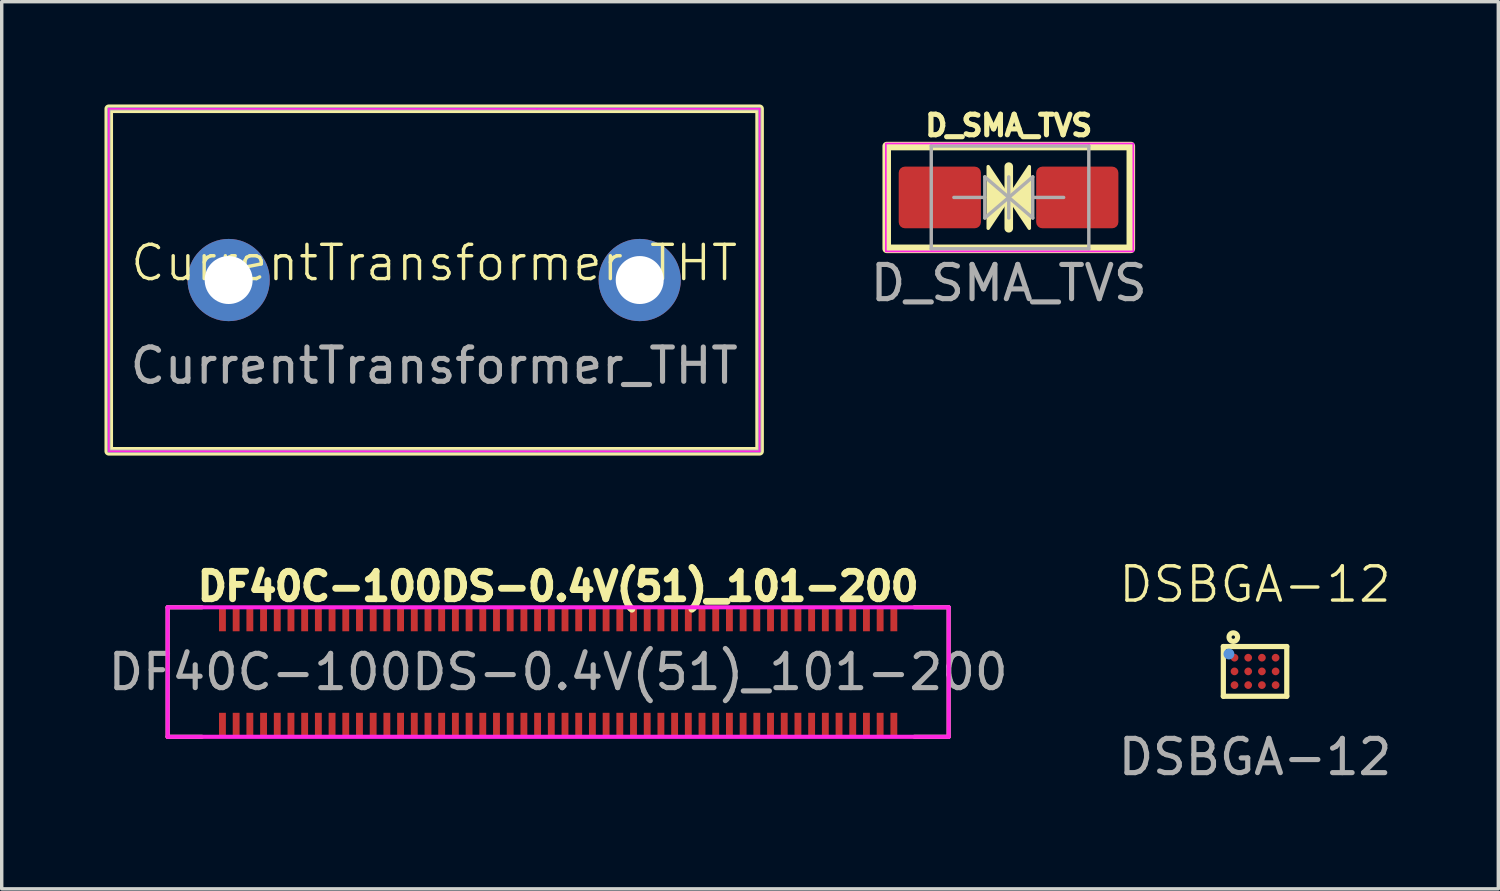
<source format=kicad_pcb>
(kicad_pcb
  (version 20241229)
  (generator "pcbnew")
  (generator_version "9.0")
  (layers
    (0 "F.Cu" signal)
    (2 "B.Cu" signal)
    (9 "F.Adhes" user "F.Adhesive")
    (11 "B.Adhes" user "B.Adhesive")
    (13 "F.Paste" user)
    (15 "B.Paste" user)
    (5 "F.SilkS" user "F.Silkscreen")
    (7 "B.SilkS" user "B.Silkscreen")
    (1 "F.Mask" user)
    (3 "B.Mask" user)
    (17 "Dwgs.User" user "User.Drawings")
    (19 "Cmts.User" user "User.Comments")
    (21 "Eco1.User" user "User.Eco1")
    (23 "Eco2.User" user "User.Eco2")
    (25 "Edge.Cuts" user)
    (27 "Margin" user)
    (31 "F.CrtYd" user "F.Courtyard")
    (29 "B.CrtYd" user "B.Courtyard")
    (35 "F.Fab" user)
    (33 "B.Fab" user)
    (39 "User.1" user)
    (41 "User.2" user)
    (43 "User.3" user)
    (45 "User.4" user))
  (footprint "CurrentTransformer_THT"
    (layer "F.Cu")
    (at 9.625 5.125)
    (property "Reference" "CurrentTransformer_THT" (at 0 -0.5 0) (unlocked yes) (layer "F.SilkS") (effects (font (size 1 1) (thickness 0.1))))
    (attr smd)
    (fp_rect (start -9.5 -5) (end 9.5 5) (stroke (width 0.25) (type default)) (fill no) (layer "F.SilkS"))
    (fp_line (start -9.5 -5) (end 3 -5) (stroke (width 0.05) (type default)) (layer "F.CrtYd"))
    (fp_line (start -9.5 5) (end -9.5 -5) (stroke (width 0.05) (type default)) (layer "F.CrtYd"))
    (fp_line (start 3 -5) (end 9.5 -5) (stroke (width 0.05) (type default)) (layer "F.CrtYd"))
    (fp_line (start 3 5) (end -9.5 5) (stroke (width 0.05) (type default)) (layer "F.CrtYd"))
    (fp_line (start 9.5 -5) (end 9.5 5) (stroke (width 0.05) (type default)) (layer "F.CrtYd"))
    (fp_line (start 9.5 5) (end 3 5) (stroke (width 0.05) (type default)) (layer "F.CrtYd"))
    (fp_rect (start -9.5 -5) (end 9.5 5) (stroke (width 0.1) (type default)) (fill no) (layer "F.Fab"))
    (fp_text user "${REFERENCE}" (at 0 2.5 0) (unlocked yes) (layer "F.Fab") (effects (font (size 1 1) (thickness 0.15))))
    (pad "1" thru_hole circle (at -6 0) (size 2.4 2.4) (drill 1.4) (layers "*.Cu" "*.Mask"))
    (pad "2" thru_hole circle (at 6 0) (size 2.4 2.4) (drill 1.4) (layers "*.Cu" "*.Mask")))
  (footprint "DSBGA-12"
    (layer "F.Cu")
    (at 33.589 16.55)
    (property "Reference" "DSBGA-12" (at 0 -2.54 0) (unlocked yes) (layer "F.SilkS") (effects (font (size 1 1) (thickness 0.1))))
    (attr smd)
    (fp_line (start -0.926 -0.726) (end 0.926 -0.726) (stroke (width 0.152) (type solid)) (layer "F.SilkS"))
    (fp_line (start -0.926 0.726) (end -0.926 -0.726) (stroke (width 0.152) (type solid)) (layer "F.SilkS"))
    (fp_line (start 0.926 -0.726) (end 0.926 0.726) (stroke (width 0.152) (type solid)) (layer "F.SilkS"))
    (fp_line (start 0.926 0.726) (end -0.926 0.726) (stroke (width 0.152) (type solid)) (layer "F.SilkS"))
    (fp_circle (center -0.635 -1) (end -0.585 -1) (stroke (width 0.15) (type solid)) (fill no) (layer "F.SilkS"))
    (fp_circle (center -0.762 -0.508) (end -0.682 -0.508) (stroke (width 0.16) (type solid)) (fill no) (layer "Cmts.User"))
    (fp_text user "${REFERENCE}" (at 0 2.5 0) (unlocked yes) (layer "F.Fab") (effects (font (size 1 1) (thickness 0.15))))
    (pad "A1" smd circle (at -0.6 -0.4) (size 0.225 0.225) (layers "F.Cu" "F.Mask" "F.Paste"))
    (pad "A2" smd circle (at -0.2 -0.4) (size 0.225 0.225) (layers "F.Cu" "F.Mask" "F.Paste"))
    (pad "A3" smd circle (at 0.2 -0.4) (size 0.225 0.225) (layers "F.Cu" "F.Mask" "F.Paste"))
    (pad "A4" smd circle (at 0.6 -0.4) (size 0.225 0.225) (layers "F.Cu" "F.Mask" "F.Paste"))
    (pad "B1" smd circle (at -0.6 0) (size 0.225 0.225) (layers "F.Cu" "F.Mask" "F.Paste"))
    (pad "B2" smd circle (at -0.2 0) (size 0.225 0.225) (layers "F.Cu" "F.Mask" "F.Paste"))
    (pad "B3" smd circle (at 0.2 0) (size 0.225 0.225) (layers "F.Cu" "F.Mask" "F.Paste"))
    (pad "B4" smd circle (at 0.6 0) (size 0.225 0.225) (layers "F.Cu" "F.Mask" "F.Paste"))
    (pad "C1" smd circle (at -0.6 0.4) (size 0.225 0.225) (layers "F.Cu" "F.Mask" "F.Paste"))
    (pad "C2" smd circle (at -0.2 0.4) (size 0.225 0.225) (layers "F.Cu" "F.Mask" "F.Paste"))
    (pad "C3" smd circle (at 0.2 0.4) (size 0.225 0.225) (layers "F.Cu" "F.Mask" "F.Paste"))
    (pad "C4" smd circle (at 0.6 0.4) (size 0.225 0.225) (layers "F.Cu" "F.Mask" "F.Paste")))
  (footprint "D_SMA_TVS"
    (layer "F.Cu")
    (at 26.399 2.714)
    (property "Reference" "D_SMA_TVS" (at 0 -2.1 0) (unlocked yes) (layer "F.SilkS") (effects (font (size 0.6 0.6) (thickness 0.15) (bold yes))))
    (attr smd)
    (fp_line (start 0 0.9) (end 0 -0.9) (stroke (width 0.25) (type default)) (layer "F.SilkS"))
    (fp_rect (start -3.563 -1.5) (end 3.563 1.5) (stroke (width 0.25) (type default)) (fill no) (layer "F.SilkS"))
    (fp_poly (pts (xy 0 0) (xy -0.6 -0.9) (xy -0.6 0.9)) (stroke (width 0.1) (type solid)) (fill yes) (layer "F.SilkS"))
    (fp_poly (pts (xy 0 0) (xy 0.6 -0.9) (xy 0.6 0.9)) (stroke (width 0.1) (type solid)) (fill yes) (layer "F.SilkS"))
    (fp_rect (start -3.588 -1.575) (end 3.637 1.575) (stroke (width 0.05) (type default)) (fill no) (layer "F.CrtYd"))
    (fp_line (start -2.263 1.499) (end -2.263 -1.501) (stroke (width 0.1) (type solid)) (layer "F.Fab"))
    (fp_line (start -0.7 -0.6) (end -0.7 0.6) (stroke (width 0.1) (type default)) (layer "F.Fab"))
    (fp_line (start -0.7 0) (end -1.602 0) (stroke (width 0.1) (type solid)) (layer "F.Fab"))
    (fp_line (start -0.7 0.6) (end 0 0) (stroke (width 0.1) (type default)) (layer "F.Fab"))
    (fp_line (start 0 -0.6) (end 0 0.6) (stroke (width 0.1) (type default)) (layer "F.Fab"))
    (fp_line (start 0 0) (end -0.7 -0.6) (stroke (width 0.1) (type default)) (layer "F.Fab"))
    (fp_line (start 0 0) (end 0.7 -0.6) (stroke (width 0.1) (type default)) (layer "F.Fab"))
    (fp_line (start 0.7 -0.6) (end 0.7 0.6) (stroke (width 0.1) (type default)) (layer "F.Fab"))
    (fp_line (start 0.7 0) (end 1.602 0) (stroke (width 0.1) (type solid)) (layer "F.Fab"))
    (fp_line (start 0.7 0.6) (end 0 0) (stroke (width 0.1) (type default)) (layer "F.Fab"))
    (fp_line (start 2.337 -1.501) (end -2.263 -1.501) (stroke (width 0.1) (type solid)) (layer "F.Fab"))
    (fp_line (start 2.337 -1.501) (end 2.337 1.499) (stroke (width 0.1) (type solid)) (layer "F.Fab"))
    (fp_line (start 2.337 1.499) (end -2.263 1.499) (stroke (width 0.1) (type solid)) (layer "F.Fab"))
    (fp_text user "${REFERENCE}" (at 0 2.5 0) (unlocked yes) (layer "F.Fab") (effects (font (size 1 1) (thickness 0.15))))
    (pad "1" smd roundrect (at -2.013 0) (size 2.4 1.8) (layers "F.Cu" "F.Mask" "F.Paste") (roundrect_rratio 0.1))
    (pad "2" smd roundrect (at 2 0) (size 2.4 1.8) (layers "F.Cu" "F.Mask" "F.Paste") (roundrect_rratio 0.1)))
  (footprint "DF40C-100DS-0.4V(51)_101-200"
    (layer "F.Cu")
    (at 13.244 16.569)
    (property "Reference" "DF40C-100DS-0.4V(51)_101-200" (at 0 -2.5 0) (unlocked yes) (layer "F.SilkS") (effects (font (size 0.8 0.8) (thickness 0.2) (bold yes))))
    (attr smd)
    (fp_line (start -11.4 -1.89) (end -10.4 -1.89) (stroke (width 0.12) (type solid)) (layer "F.SilkS"))
    (fp_line (start -11.4 1.89) (end -11.4 -1.89) (stroke (width 0.12) (type solid)) (layer "F.SilkS"))
    (fp_line (start -11.4 1.89) (end -10.4 1.89) (stroke (width 0.12) (type solid)) (layer "F.SilkS"))
    (fp_line (start 11.4 -1.89) (end 10.4 -1.89) (stroke (width 0.12) (type solid)) (layer "F.SilkS"))
    (fp_line (start 11.4 1.89) (end 10.4 1.89) (stroke (width 0.12) (type solid)) (layer "F.SilkS"))
    (fp_line (start 11.4 1.89) (end 11.4 -1.89) (stroke (width 0.12) (type solid)) (layer "F.SilkS"))
    (fp_line (start -11.4 -1.89) (end 11.4 -1.89) (stroke (width 0.12) (type solid)) (layer "F.CrtYd"))
    (fp_line (start -11.4 1.89) (end -11.4 -1.89) (stroke (width 0.12) (type solid)) (layer "F.CrtYd"))
    (fp_line (start 11.4 -1.89) (end 11.4 1.89) (stroke (width 0.12) (type solid)) (layer "F.CrtYd"))
    (fp_line (start 11.4 1.89) (end -11.4 1.89) (stroke (width 0.12) (type solid)) (layer "F.CrtYd"))
    (fp_text user "${REFERENCE}" (at 0 0 0) (unlocked yes) (layer "F.Fab") (effects (font (size 1 1) (thickness 0.15))))
    (pad "101" smd rect (at -9.8 1.54 180) (size 0.2 0.7) (layers "F.Cu" "F.Mask" "F.Paste"))
    (pad "102" smd rect (at -9.8 -1.54 180) (size 0.2 0.7) (layers "F.Cu" "F.Mask" "F.Paste"))
    (pad "103" smd rect (at -9.4 1.54 180) (size 0.2 0.7) (layers "F.Cu" "F.Mask" "F.Paste"))
    (pad "104" smd rect (at -9.4 -1.54 180) (size 0.2 0.7) (layers "F.Cu" "F.Mask" "F.Paste"))
    (pad "105" smd rect (at -9 1.54 180) (size 0.2 0.7) (layers "F.Cu" "F.Mask" "F.Paste"))
    (pad "106" smd rect (at -9 -1.54 180) (size 0.2 0.7) (layers "F.Cu" "F.Mask" "F.Paste"))
    (pad "107" smd rect (at -8.6 1.54 180) (size 0.2 0.7) (layers "F.Cu" "F.Mask" "F.Paste"))
    (pad "108" smd rect (at -8.6 -1.54 180) (size 0.2 0.7) (layers "F.Cu" "F.Mask" "F.Paste"))
    (pad "109" smd rect (at -8.2 1.54 180) (size 0.2 0.7) (layers "F.Cu" "F.Mask" "F.Paste"))
    (pad "110" smd rect (at -8.2 -1.54 180) (size 0.2 0.7) (layers "F.Cu" "F.Mask" "F.Paste"))
    (pad "111" smd rect (at -7.8 1.54 180) (size 0.2 0.7) (layers "F.Cu" "F.Mask" "F.Paste"))
    (pad "112" smd rect (at -7.8 -1.54 180) (size 0.2 0.7) (layers "F.Cu" "F.Mask" "F.Paste"))
    (pad "113" smd rect (at -7.4 1.54 180) (size 0.2 0.7) (layers "F.Cu" "F.Mask" "F.Paste"))
    (pad "114" smd rect (at -7.4 -1.54 180) (size 0.2 0.7) (layers "F.Cu" "F.Mask" "F.Paste"))
    (pad "115" smd rect (at -7 1.54 180) (size 0.2 0.7) (layers "F.Cu" "F.Mask" "F.Paste"))
    (pad "116" smd rect (at -7 -1.54 180) (size 0.2 0.7) (layers "F.Cu" "F.Mask" "F.Paste"))
    (pad "117" smd rect (at -6.6 1.54 180) (size 0.2 0.7) (layers "F.Cu" "F.Mask" "F.Paste"))
    (pad "118" smd rect (at -6.6 -1.54 180) (size 0.2 0.7) (layers "F.Cu" "F.Mask" "F.Paste"))
    (pad "119" smd rect (at -6.2 1.54 180) (size 0.2 0.7) (layers "F.Cu" "F.Mask" "F.Paste"))
    (pad "120" smd rect (at -6.2 -1.54 180) (size 0.2 0.7) (layers "F.Cu" "F.Mask" "F.Paste"))
    (pad "121" smd rect (at -5.8 1.54 180) (size 0.2 0.7) (layers "F.Cu" "F.Mask" "F.Paste"))
    (pad "122" smd rect (at -5.8 -1.54 180) (size 0.2 0.7) (layers "F.Cu" "F.Mask" "F.Paste"))
    (pad "123" smd rect (at -5.4 1.54 180) (size 0.2 0.7) (layers "F.Cu" "F.Mask" "F.Paste"))
    (pad "124" smd rect (at -5.4 -1.54 180) (size 0.2 0.7) (layers "F.Cu" "F.Mask" "F.Paste"))
    (pad "125" smd rect (at -5 1.54 180) (size 0.2 0.7) (layers "F.Cu" "F.Mask" "F.Paste"))
    (pad "126" smd rect (at -5 -1.54 180) (size 0.2 0.7) (layers "F.Cu" "F.Mask" "F.Paste"))
    (pad "127" smd rect (at -4.6 1.54 180) (size 0.2 0.7) (layers "F.Cu" "F.Mask" "F.Paste"))
    (pad "128" smd rect (at -4.6 -1.54 180) (size 0.2 0.7) (layers "F.Cu" "F.Mask" "F.Paste"))
    (pad "129" smd rect (at -4.2 1.54 180) (size 0.2 0.7) (layers "F.Cu" "F.Mask" "F.Paste"))
    (pad "130" smd rect (at -4.2 -1.54 180) (size 0.2 0.7) (layers "F.Cu" "F.Mask" "F.Paste"))
    (pad "131" smd rect (at -3.8 1.54 180) (size 0.2 0.7) (layers "F.Cu" "F.Mask" "F.Paste"))
    (pad "132" smd rect (at -3.8 -1.54 180) (size 0.2 0.7) (layers "F.Cu" "F.Mask" "F.Paste"))
    (pad "133" smd rect (at -3.4 1.54 180) (size 0.2 0.7) (layers "F.Cu" "F.Mask" "F.Paste"))
    (pad "134" smd rect (at -3.4 -1.54 180) (size 0.2 0.7) (layers "F.Cu" "F.Mask" "F.Paste"))
    (pad "135" smd rect (at -3 1.54 180) (size 0.2 0.7) (layers "F.Cu" "F.Mask" "F.Paste"))
    (pad "136" smd rect (at -3 -1.54 180) (size 0.2 0.7) (layers "F.Cu" "F.Mask" "F.Paste"))
    (pad "137" smd rect (at -2.6 1.54 180) (size 0.2 0.7) (layers "F.Cu" "F.Mask" "F.Paste"))
    (pad "138" smd rect (at -2.6 -1.54 180) (size 0.2 0.7) (layers "F.Cu" "F.Mask" "F.Paste"))
    (pad "139" smd rect (at -2.2 1.54 180) (size 0.2 0.7) (layers "F.Cu" "F.Mask" "F.Paste"))
    (pad "140" smd rect (at -2.2 -1.54 180) (size 0.2 0.7) (layers "F.Cu" "F.Mask" "F.Paste"))
    (pad "141" smd rect (at -1.8 1.54 180) (size 0.2 0.7) (layers "F.Cu" "F.Mask" "F.Paste"))
    (pad "142" smd rect (at -1.8 -1.54 180) (size 0.2 0.7) (layers "F.Cu" "F.Mask" "F.Paste"))
    (pad "143" smd rect (at -1.4 1.54 180) (size 0.2 0.7) (layers "F.Cu" "F.Mask" "F.Paste"))
    (pad "144" smd rect (at -1.4 -1.54 180) (size 0.2 0.7) (layers "F.Cu" "F.Mask" "F.Paste"))
    (pad "145" smd rect (at -1 1.54 180) (size 0.2 0.7) (layers "F.Cu" "F.Mask" "F.Paste"))
    (pad "146" smd rect (at -1 -1.54 180) (size 0.2 0.7) (layers "F.Cu" "F.Mask" "F.Paste"))
    (pad "147" smd rect (at -0.6 1.54 180) (size 0.2 0.7) (layers "F.Cu" "F.Mask" "F.Paste"))
    (pad "148" smd rect (at -0.6 -1.54 180) (size 0.2 0.7) (layers "F.Cu" "F.Mask" "F.Paste"))
    (pad "149" smd rect (at -0.2 1.54 180) (size 0.2 0.7) (layers "F.Cu" "F.Mask" "F.Paste"))
    (pad "150" smd rect (at -0.2 -1.54 180) (size 0.2 0.7) (layers "F.Cu" "F.Mask" "F.Paste"))
    (pad "151" smd rect (at 0.2 1.54 180) (size 0.2 0.7) (layers "F.Cu" "F.Mask" "F.Paste"))
    (pad "152" smd rect (at 0.2 -1.54 180) (size 0.2 0.7) (layers "F.Cu" "F.Mask" "F.Paste"))
    (pad "153" smd rect (at 0.6 1.54 180) (size 0.2 0.7) (layers "F.Cu" "F.Mask" "F.Paste"))
    (pad "154" smd rect (at 0.6 -1.54 180) (size 0.2 0.7) (layers "F.Cu" "F.Mask" "F.Paste"))
    (pad "155" smd rect (at 1 1.54 180) (size 0.2 0.7) (layers "F.Cu" "F.Mask" "F.Paste"))
    (pad "156" smd rect (at 1 -1.54 180) (size 0.2 0.7) (layers "F.Cu" "F.Mask" "F.Paste"))
    (pad "157" smd rect (at 1.4 1.54 180) (size 0.2 0.7) (layers "F.Cu" "F.Mask" "F.Paste"))
    (pad "158" smd rect (at 1.4 -1.54 180) (size 0.2 0.7) (layers "F.Cu" "F.Mask" "F.Paste"))
    (pad "159" smd rect (at 1.8 1.54 180) (size 0.2 0.7) (layers "F.Cu" "F.Mask" "F.Paste"))
    (pad "160" smd rect (at 1.8 -1.54 180) (size 0.2 0.7) (layers "F.Cu" "F.Mask" "F.Paste"))
    (pad "161" smd rect (at 2.2 1.54 180) (size 0.2 0.7) (layers "F.Cu" "F.Mask" "F.Paste"))
    (pad "162" smd rect (at 2.2 -1.54 180) (size 0.2 0.7) (layers "F.Cu" "F.Mask" "F.Paste"))
    (pad "163" smd rect (at 2.6 1.54 180) (size 0.2 0.7) (layers "F.Cu" "F.Mask" "F.Paste"))
    (pad "164" smd rect (at 2.6 -1.54 180) (size 0.2 0.7) (layers "F.Cu" "F.Mask" "F.Paste"))
    (pad "165" smd rect (at 3 1.54 180) (size 0.2 0.7) (layers "F.Cu" "F.Mask" "F.Paste"))
    (pad "166" smd rect (at 3 -1.54 180) (size 0.2 0.7) (layers "F.Cu" "F.Mask" "F.Paste"))
    (pad "167" smd rect (at 3.4 1.54 180) (size 0.2 0.7) (layers "F.Cu" "F.Mask" "F.Paste"))
    (pad "168" smd rect (at 3.4 -1.54 180) (size 0.2 0.7) (layers "F.Cu" "F.Mask" "F.Paste"))
    (pad "169" smd rect (at 3.8 1.54 180) (size 0.2 0.7) (layers "F.Cu" "F.Mask" "F.Paste"))
    (pad "170" smd rect (at 3.8 -1.54 180) (size 0.2 0.7) (layers "F.Cu" "F.Mask" "F.Paste"))
    (pad "171" smd rect (at 4.2 1.54 180) (size 0.2 0.7) (layers "F.Cu" "F.Mask" "F.Paste"))
    (pad "172" smd rect (at 4.2 -1.54 180) (size 0.2 0.7) (layers "F.Cu" "F.Mask" "F.Paste"))
    (pad "173" smd rect (at 4.6 1.54 180) (size 0.2 0.7) (layers "F.Cu" "F.Mask" "F.Paste"))
    (pad "174" smd rect (at 4.6 -1.54 180) (size 0.2 0.7) (layers "F.Cu" "F.Mask" "F.Paste"))
    (pad "175" smd rect (at 5 1.54 180) (size 0.2 0.7) (layers "F.Cu" "F.Mask" "F.Paste"))
    (pad "176" smd rect (at 5 -1.54 180) (size 0.2 0.7) (layers "F.Cu" "F.Mask" "F.Paste"))
    (pad "177" smd rect (at 5.4 1.54 180) (size 0.2 0.7) (layers "F.Cu" "F.Mask" "F.Paste"))
    (pad "178" smd rect (at 5.4 -1.54 180) (size 0.2 0.7) (layers "F.Cu" "F.Mask" "F.Paste"))
    (pad "179" smd rect (at 5.8 1.54 180) (size 0.2 0.7) (layers "F.Cu" "F.Mask" "F.Paste"))
    (pad "180" smd rect (at 5.8 -1.54 180) (size 0.2 0.7) (layers "F.Cu" "F.Mask" "F.Paste"))
    (pad "181" smd rect (at 6.2 1.54 180) (size 0.2 0.7) (layers "F.Cu" "F.Mask" "F.Paste"))
    (pad "182" smd rect (at 6.2 -1.54 180) (size 0.2 0.7) (layers "F.Cu" "F.Mask" "F.Paste"))
    (pad "183" smd rect (at 6.6 1.54 180) (size 0.2 0.7) (layers "F.Cu" "F.Mask" "F.Paste"))
    (pad "184" smd rect (at 6.6 -1.54 180) (size 0.2 0.7) (layers "F.Cu" "F.Mask" "F.Paste"))
    (pad "185" smd rect (at 7 1.54 180) (size 0.2 0.7) (layers "F.Cu" "F.Mask" "F.Paste"))
    (pad "186" smd rect (at 7 -1.54 180) (size 0.2 0.7) (layers "F.Cu" "F.Mask" "F.Paste"))
    (pad "187" smd rect (at 7.4 1.54 180) (size 0.2 0.7) (layers "F.Cu" "F.Mask" "F.Paste"))
    (pad "188" smd rect (at 7.4 -1.54 180) (size 0.2 0.7) (layers "F.Cu" "F.Mask" "F.Paste"))
    (pad "189" smd rect (at 7.8 1.54 180) (size 0.2 0.7) (layers "F.Cu" "F.Mask" "F.Paste"))
    (pad "190" smd rect (at 7.8 -1.54 180) (size 0.2 0.7) (layers "F.Cu" "F.Mask" "F.Paste"))
    (pad "191" smd rect (at 8.2 1.54 180) (size 0.2 0.7) (layers "F.Cu" "F.Mask" "F.Paste"))
    (pad "192" smd rect (at 8.2 -1.54 180) (size 0.2 0.7) (layers "F.Cu" "F.Mask" "F.Paste"))
    (pad "193" smd rect (at 8.6 1.54 180) (size 0.2 0.7) (layers "F.Cu" "F.Mask" "F.Paste"))
    (pad "194" smd rect (at 8.6 -1.54 180) (size 0.2 0.7) (layers "F.Cu" "F.Mask" "F.Paste"))
    (pad "195" smd rect (at 9 1.54 180) (size 0.2 0.7) (layers "F.Cu" "F.Mask" "F.Paste"))
    (pad "196" smd rect (at 9 -1.54 180) (size 0.2 0.7) (layers "F.Cu" "F.Mask" "F.Paste"))
    (pad "197" smd rect (at 9.4 1.54 180) (size 0.2 0.7) (layers "F.Cu" "F.Mask" "F.Paste"))
    (pad "198" smd rect (at 9.4 -1.54 180) (size 0.2 0.7) (layers "F.Cu" "F.Mask" "F.Paste"))
    (pad "199" smd rect (at 9.8 1.54 180) (size 0.2 0.7) (layers "F.Cu" "F.Mask" "F.Paste"))
    (pad "200" smd rect (at 9.8 -1.54 180) (size 0.2 0.7) (layers "F.Cu" "F.Mask" "F.Paste")))
  (gr_rect
    (start -3 -3)
    (end 40.69 22.899)
    (stroke (width 0.1) (type default))
    (fill no)
    (layer "Edge.Cuts")))
</source>
